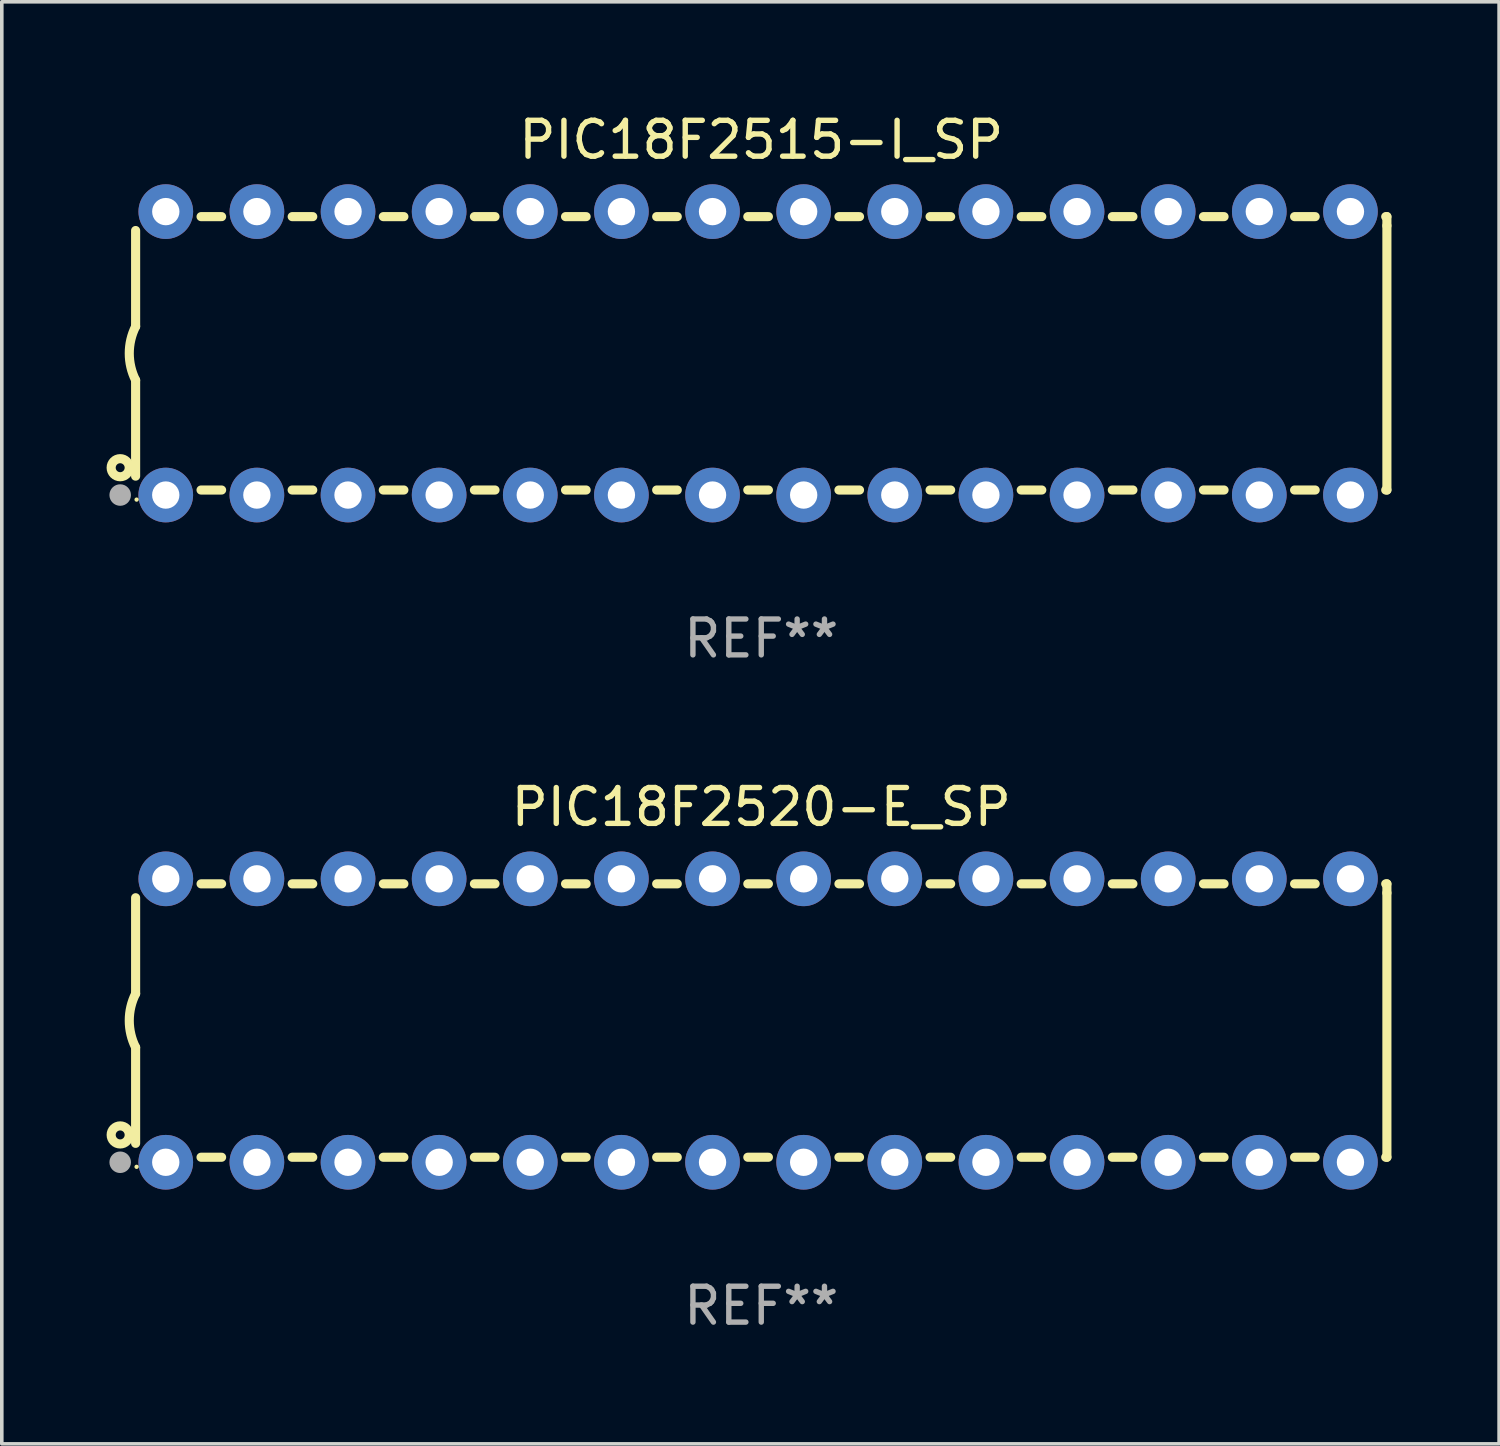
<source format=kicad_pcb>
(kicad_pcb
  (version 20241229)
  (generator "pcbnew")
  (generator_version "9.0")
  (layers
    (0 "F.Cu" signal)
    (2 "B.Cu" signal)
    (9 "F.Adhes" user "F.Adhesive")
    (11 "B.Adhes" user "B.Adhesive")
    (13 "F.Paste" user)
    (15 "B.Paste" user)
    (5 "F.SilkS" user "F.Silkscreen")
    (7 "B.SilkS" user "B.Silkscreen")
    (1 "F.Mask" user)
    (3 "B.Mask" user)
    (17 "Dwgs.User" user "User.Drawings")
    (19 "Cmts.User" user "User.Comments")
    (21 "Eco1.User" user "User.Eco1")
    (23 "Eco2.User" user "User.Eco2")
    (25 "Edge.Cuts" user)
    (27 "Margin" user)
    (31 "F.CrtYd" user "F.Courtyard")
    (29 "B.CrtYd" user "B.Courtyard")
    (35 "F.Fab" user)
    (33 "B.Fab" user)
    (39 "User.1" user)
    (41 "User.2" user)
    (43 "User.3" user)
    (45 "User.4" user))
  (footprint "PIC18F2520-E_SP"
    (layer "F.Cu")
    (at 18.168 25.395)
    (property "Reference" "PIC18F2520-E_SP" (at 0 -5.95 0) (layer "F.SilkS") (effects (font (size 1 1) (thickness 0.15))))
    (attr through_hole)
    (fp_line (start -17.438 0.75) (end -17.438 3.423) (stroke (width 0.254) (type solid)) (layer "F.SilkS"))
    (fp_line (start -17.438 -3.423) (end -17.438 -0.75) (stroke (width 0.254) (type solid)) (layer "F.SilkS"))
    (fp_line (start -15.615 3.81) (end -15.041 3.81) (stroke (width 0.254) (type solid)) (layer "F.SilkS"))
    (fp_line (start -15.041 -3.81) (end -15.614 -3.81) (stroke (width 0.254) (type solid)) (layer "F.SilkS"))
    (fp_line (start -13.075 3.81) (end -12.501 3.81) (stroke (width 0.254) (type solid)) (layer "F.SilkS"))
    (fp_line (start -12.501 -3.81) (end -13.074 -3.81) (stroke (width 0.254) (type solid)) (layer "F.SilkS"))
    (fp_line (start -10.535 3.81) (end -9.961 3.81) (stroke (width 0.254) (type solid)) (layer "F.SilkS"))
    (fp_line (start -9.961 -3.81) (end -10.534 -3.81) (stroke (width 0.254) (type solid)) (layer "F.SilkS"))
    (fp_line (start -7.995 3.81) (end -7.421 3.81) (stroke (width 0.254) (type solid)) (layer "F.SilkS"))
    (fp_line (start -7.421 -3.81) (end -7.995 -3.81) (stroke (width 0.254) (type solid)) (layer "F.SilkS"))
    (fp_line (start -5.455 3.81) (end -4.881 3.81) (stroke (width 0.254) (type solid)) (layer "F.SilkS"))
    (fp_line (start -4.881 -3.81) (end -5.455 -3.81) (stroke (width 0.254) (type solid)) (layer "F.SilkS"))
    (fp_line (start -2.915 3.81) (end -2.341 3.81) (stroke (width 0.254) (type solid)) (layer "F.SilkS"))
    (fp_line (start -2.341 -3.81) (end -2.915 -3.81) (stroke (width 0.254) (type solid)) (layer "F.SilkS"))
    (fp_line (start -0.375 3.81) (end 0.199 3.81) (stroke (width 0.254) (type solid)) (layer "F.SilkS"))
    (fp_line (start 0.199 -3.81) (end -0.375 -3.81) (stroke (width 0.254) (type solid)) (layer "F.SilkS"))
    (fp_line (start 2.165 3.81) (end 2.739 3.81) (stroke (width 0.254) (type solid)) (layer "F.SilkS"))
    (fp_line (start 2.739 -3.81) (end 2.165 -3.81) (stroke (width 0.254) (type solid)) (layer "F.SilkS"))
    (fp_line (start 4.705 3.81) (end 5.279 3.81) (stroke (width 0.254) (type solid)) (layer "F.SilkS"))
    (fp_line (start 5.279 -3.81) (end 4.705 -3.81) (stroke (width 0.254) (type solid)) (layer "F.SilkS"))
    (fp_line (start 7.245 3.81) (end 7.819 3.81) (stroke (width 0.254) (type solid)) (layer "F.SilkS"))
    (fp_line (start 7.819 -3.81) (end 7.245 -3.81) (stroke (width 0.254) (type solid)) (layer "F.SilkS"))
    (fp_line (start 9.785 3.81) (end 10.359 3.81) (stroke (width 0.254) (type solid)) (layer "F.SilkS"))
    (fp_line (start 10.359 -3.81) (end 9.785 -3.81) (stroke (width 0.254) (type solid)) (layer "F.SilkS"))
    (fp_line (start 12.325 3.81) (end 12.899 3.81) (stroke (width 0.254) (type solid)) (layer "F.SilkS"))
    (fp_line (start 12.899 -3.81) (end 12.325 -3.81) (stroke (width 0.254) (type solid)) (layer "F.SilkS"))
    (fp_line (start 14.865 3.81) (end 15.439 3.81) (stroke (width 0.254) (type solid)) (layer "F.SilkS"))
    (fp_line (start 15.439 -3.81) (end 14.865 -3.81) (stroke (width 0.254) (type solid)) (layer "F.SilkS"))
    (fp_line (start 17.405 3.81) (end 17.438 3.81) (stroke (width 0.254) (type solid)) (layer "F.SilkS"))
    (fp_line (start 17.438 -3.81) (end 17.405 -3.81) (stroke (width 0.254) (type solid)) (layer "F.SilkS"))
    (fp_line (start 17.438 -3.556) (end 17.438 -3.81) (stroke (width 0.254) (type solid)) (layer "F.SilkS"))
    (fp_line (start 17.438 3.81) (end 17.438 -3.556) (stroke (width 0.254) (type solid)) (layer "F.SilkS"))
    (fp_arc (start -17.437986 0.749657) (mid -17.614887 -0.000024) (end -17.437783 -0.749657) (stroke (width 0.254001) (type solid)) (layer "F.SilkS"))
    (fp_circle (center -17.868 3.188) (end -17.743 3.188) (stroke (width 0.254) (type solid)) (fill no) (layer "F.SilkS"))
    (fp_circle (center -17.411 4.077) (end -17.381 4.077) (stroke (width 0.06) (type solid)) (fill no) (layer "F.SilkS"))
    (fp_circle (center -17.868 3.95) (end -17.718 3.95) (stroke (width 0.3) (type solid)) (fill no) (layer "F.Fab"))
    (fp_text user "REF**" (at 0 7.95 0) (layer "F.Fab") (effects (font (size 1 1) (thickness 0.15))))
    (pad "1" thru_hole circle (at -16.598 3.95) (size 1.524 1.524) (drill 0.762) (layers "*.Cu" "*.Mask"))
    (pad "2" thru_hole circle (at -14.058 3.95) (size 1.524 1.524) (drill 0.762) (layers "*.Cu" "*.Mask"))
    (pad "3" thru_hole circle (at -11.518 3.95) (size 1.524 1.524) (drill 0.762) (layers "*.Cu" "*.Mask"))
    (pad "4" thru_hole circle (at -8.978 3.95) (size 1.524 1.524) (drill 0.762) (layers "*.Cu" "*.Mask"))
    (pad "5" thru_hole circle (at -6.438 3.95) (size 1.524 1.524) (drill 0.762) (layers "*.Cu" "*.Mask"))
    (pad "6" thru_hole circle (at -3.898 3.95) (size 1.524 1.524) (drill 0.762) (layers "*.Cu" "*.Mask"))
    (pad "7" thru_hole circle (at -1.358 3.95) (size 1.524 1.524) (drill 0.762) (layers "*.Cu" "*.Mask"))
    (pad "8" thru_hole circle (at 1.182 3.95) (size 1.524 1.524) (drill 0.762) (layers "*.Cu" "*.Mask"))
    (pad "9" thru_hole circle (at 3.722 3.95) (size 1.524 1.524) (drill 0.762) (layers "*.Cu" "*.Mask"))
    (pad "10" thru_hole circle (at 6.262 3.95) (size 1.524 1.524) (drill 0.762) (layers "*.Cu" "*.Mask"))
    (pad "11" thru_hole circle (at 8.802 3.95) (size 1.524 1.524) (drill 0.762) (layers "*.Cu" "*.Mask"))
    (pad "12" thru_hole circle (at 11.342 3.95) (size 1.524 1.524) (drill 0.762) (layers "*.Cu" "*.Mask"))
    (pad "13" thru_hole circle (at 13.882 3.95) (size 1.524 1.524) (drill 0.762) (layers "*.Cu" "*.Mask"))
    (pad "14" thru_hole circle (at 16.422 3.95) (size 1.524 1.524) (drill 0.762) (layers "*.Cu" "*.Mask"))
    (pad "15" thru_hole circle (at 16.422 -3.95) (size 1.524 1.524) (drill 0.762) (layers "*.Cu" "*.Mask"))
    (pad "16" thru_hole circle (at 13.882 -3.95) (size 1.524 1.524) (drill 0.762) (layers "*.Cu" "*.Mask"))
    (pad "17" thru_hole circle (at 11.342 -3.95) (size 1.524 1.524) (drill 0.762) (layers "*.Cu" "*.Mask"))
    (pad "18" thru_hole circle (at 8.802 -3.95) (size 1.524 1.524) (drill 0.762) (layers "*.Cu" "*.Mask"))
    (pad "19" thru_hole circle (at 6.262 -3.95) (size 1.524 1.524) (drill 0.762) (layers "*.Cu" "*.Mask"))
    (pad "20" thru_hole circle (at 3.722 -3.95) (size 1.524 1.524) (drill 0.762) (layers "*.Cu" "*.Mask"))
    (pad "21" thru_hole circle (at 1.182 -3.95) (size 1.524 1.524) (drill 0.762) (layers "*.Cu" "*.Mask"))
    (pad "22" thru_hole circle (at -1.358 -3.95) (size 1.524 1.524) (drill 0.762) (layers "*.Cu" "*.Mask"))
    (pad "23" thru_hole circle (at -3.898 -3.95) (size 1.524 1.524) (drill 0.762) (layers "*.Cu" "*.Mask"))
    (pad "24" thru_hole circle (at -6.438 -3.95) (size 1.524 1.524) (drill 0.762) (layers "*.Cu" "*.Mask"))
    (pad "25" thru_hole circle (at -8.978 -3.95) (size 1.524 1.524) (drill 0.762) (layers "*.Cu" "*.Mask"))
    (pad "26" thru_hole circle (at -11.517 -3.95) (size 1.524 1.524) (drill 0.762) (layers "*.Cu" "*.Mask"))
    (pad "27" thru_hole circle (at -14.057 -3.95) (size 1.524 1.524) (drill 0.762) (layers "*.Cu" "*.Mask"))
    (pad "28" thru_hole circle (at -16.597 -3.95) (size 1.524 1.524) (drill 0.762) (layers "*.Cu" "*.Mask")))
  (footprint "PIC18F2515-I_SP"
    (layer "F.Cu")
    (at 18.168 6.798)
    (property "Reference" "PIC18F2515-I_SP" (at 0 -5.95 0) (layer "F.SilkS") (effects (font (size 1 1) (thickness 0.15))))
    (attr through_hole)
    (fp_line (start -17.438 0.75) (end -17.438 3.423) (stroke (width 0.254) (type solid)) (layer "F.SilkS"))
    (fp_line (start -17.438 -3.423) (end -17.438 -0.75) (stroke (width 0.254) (type solid)) (layer "F.SilkS"))
    (fp_line (start -15.615 3.81) (end -15.041 3.81) (stroke (width 0.254) (type solid)) (layer "F.SilkS"))
    (fp_line (start -15.041 -3.81) (end -15.614 -3.81) (stroke (width 0.254) (type solid)) (layer "F.SilkS"))
    (fp_line (start -13.075 3.81) (end -12.501 3.81) (stroke (width 0.254) (type solid)) (layer "F.SilkS"))
    (fp_line (start -12.501 -3.81) (end -13.074 -3.81) (stroke (width 0.254) (type solid)) (layer "F.SilkS"))
    (fp_line (start -10.535 3.81) (end -9.961 3.81) (stroke (width 0.254) (type solid)) (layer "F.SilkS"))
    (fp_line (start -9.961 -3.81) (end -10.534 -3.81) (stroke (width 0.254) (type solid)) (layer "F.SilkS"))
    (fp_line (start -7.995 3.81) (end -7.421 3.81) (stroke (width 0.254) (type solid)) (layer "F.SilkS"))
    (fp_line (start -7.421 -3.81) (end -7.995 -3.81) (stroke (width 0.254) (type solid)) (layer "F.SilkS"))
    (fp_line (start -5.455 3.81) (end -4.881 3.81) (stroke (width 0.254) (type solid)) (layer "F.SilkS"))
    (fp_line (start -4.881 -3.81) (end -5.455 -3.81) (stroke (width 0.254) (type solid)) (layer "F.SilkS"))
    (fp_line (start -2.915 3.81) (end -2.341 3.81) (stroke (width 0.254) (type solid)) (layer "F.SilkS"))
    (fp_line (start -2.341 -3.81) (end -2.915 -3.81) (stroke (width 0.254) (type solid)) (layer "F.SilkS"))
    (fp_line (start -0.375 3.81) (end 0.199 3.81) (stroke (width 0.254) (type solid)) (layer "F.SilkS"))
    (fp_line (start 0.199 -3.81) (end -0.375 -3.81) (stroke (width 0.254) (type solid)) (layer "F.SilkS"))
    (fp_line (start 2.165 3.81) (end 2.739 3.81) (stroke (width 0.254) (type solid)) (layer "F.SilkS"))
    (fp_line (start 2.739 -3.81) (end 2.165 -3.81) (stroke (width 0.254) (type solid)) (layer "F.SilkS"))
    (fp_line (start 4.705 3.81) (end 5.279 3.81) (stroke (width 0.254) (type solid)) (layer "F.SilkS"))
    (fp_line (start 5.279 -3.81) (end 4.705 -3.81) (stroke (width 0.254) (type solid)) (layer "F.SilkS"))
    (fp_line (start 7.245 3.81) (end 7.819 3.81) (stroke (width 0.254) (type solid)) (layer "F.SilkS"))
    (fp_line (start 7.819 -3.81) (end 7.245 -3.81) (stroke (width 0.254) (type solid)) (layer "F.SilkS"))
    (fp_line (start 9.785 3.81) (end 10.359 3.81) (stroke (width 0.254) (type solid)) (layer "F.SilkS"))
    (fp_line (start 10.359 -3.81) (end 9.785 -3.81) (stroke (width 0.254) (type solid)) (layer "F.SilkS"))
    (fp_line (start 12.325 3.81) (end 12.899 3.81) (stroke (width 0.254) (type solid)) (layer "F.SilkS"))
    (fp_line (start 12.899 -3.81) (end 12.325 -3.81) (stroke (width 0.254) (type solid)) (layer "F.SilkS"))
    (fp_line (start 14.865 3.81) (end 15.439 3.81) (stroke (width 0.254) (type solid)) (layer "F.SilkS"))
    (fp_line (start 15.439 -3.81) (end 14.865 -3.81) (stroke (width 0.254) (type solid)) (layer "F.SilkS"))
    (fp_line (start 17.405 3.81) (end 17.438 3.81) (stroke (width 0.254) (type solid)) (layer "F.SilkS"))
    (fp_line (start 17.438 -3.81) (end 17.405 -3.81) (stroke (width 0.254) (type solid)) (layer "F.SilkS"))
    (fp_line (start 17.438 -3.556) (end 17.438 -3.81) (stroke (width 0.254) (type solid)) (layer "F.SilkS"))
    (fp_line (start 17.438 3.81) (end 17.438 -3.556) (stroke (width 0.254) (type solid)) (layer "F.SilkS"))
    (fp_arc (start -17.437986 0.749657) (mid -17.614887 -0.000024) (end -17.437783 -0.749657) (stroke (width 0.254001) (type solid)) (layer "F.SilkS"))
    (fp_circle (center -17.868 3.188) (end -17.743 3.188) (stroke (width 0.254) (type solid)) (fill no) (layer "F.SilkS"))
    (fp_circle (center -17.411 4.077) (end -17.381 4.077) (stroke (width 0.06) (type solid)) (fill no) (layer "F.SilkS"))
    (fp_circle (center -17.868 3.95) (end -17.718 3.95) (stroke (width 0.3) (type solid)) (fill no) (layer "F.Fab"))
    (fp_text user "REF**" (at 0 7.95 0) (layer "F.Fab") (effects (font (size 1 1) (thickness 0.15))))
    (pad "1" thru_hole circle (at -16.598 3.95) (size 1.524 1.524) (drill 0.762) (layers "*.Cu" "*.Mask"))
    (pad "2" thru_hole circle (at -14.058 3.95) (size 1.524 1.524) (drill 0.762) (layers "*.Cu" "*.Mask"))
    (pad "3" thru_hole circle (at -11.518 3.95) (size 1.524 1.524) (drill 0.762) (layers "*.Cu" "*.Mask"))
    (pad "4" thru_hole circle (at -8.978 3.95) (size 1.524 1.524) (drill 0.762) (layers "*.Cu" "*.Mask"))
    (pad "5" thru_hole circle (at -6.438 3.95) (size 1.524 1.524) (drill 0.762) (layers "*.Cu" "*.Mask"))
    (pad "6" thru_hole circle (at -3.898 3.95) (size 1.524 1.524) (drill 0.762) (layers "*.Cu" "*.Mask"))
    (pad "7" thru_hole circle (at -1.358 3.95) (size 1.524 1.524) (drill 0.762) (layers "*.Cu" "*.Mask"))
    (pad "8" thru_hole circle (at 1.182 3.95) (size 1.524 1.524) (drill 0.762) (layers "*.Cu" "*.Mask"))
    (pad "9" thru_hole circle (at 3.722 3.95) (size 1.524 1.524) (drill 0.762) (layers "*.Cu" "*.Mask"))
    (pad "10" thru_hole circle (at 6.262 3.95) (size 1.524 1.524) (drill 0.762) (layers "*.Cu" "*.Mask"))
    (pad "11" thru_hole circle (at 8.802 3.95) (size 1.524 1.524) (drill 0.762) (layers "*.Cu" "*.Mask"))
    (pad "12" thru_hole circle (at 11.342 3.95) (size 1.524 1.524) (drill 0.762) (layers "*.Cu" "*.Mask"))
    (pad "13" thru_hole circle (at 13.882 3.95) (size 1.524 1.524) (drill 0.762) (layers "*.Cu" "*.Mask"))
    (pad "14" thru_hole circle (at 16.422 3.95) (size 1.524 1.524) (drill 0.762) (layers "*.Cu" "*.Mask"))
    (pad "15" thru_hole circle (at 16.422 -3.95) (size 1.524 1.524) (drill 0.762) (layers "*.Cu" "*.Mask"))
    (pad "16" thru_hole circle (at 13.882 -3.95) (size 1.524 1.524) (drill 0.762) (layers "*.Cu" "*.Mask"))
    (pad "17" thru_hole circle (at 11.342 -3.95) (size 1.524 1.524) (drill 0.762) (layers "*.Cu" "*.Mask"))
    (pad "18" thru_hole circle (at 8.802 -3.95) (size 1.524 1.524) (drill 0.762) (layers "*.Cu" "*.Mask"))
    (pad "19" thru_hole circle (at 6.262 -3.95) (size 1.524 1.524) (drill 0.762) (layers "*.Cu" "*.Mask"))
    (pad "20" thru_hole circle (at 3.722 -3.95) (size 1.524 1.524) (drill 0.762) (layers "*.Cu" "*.Mask"))
    (pad "21" thru_hole circle (at 1.182 -3.95) (size 1.524 1.524) (drill 0.762) (layers "*.Cu" "*.Mask"))
    (pad "22" thru_hole circle (at -1.358 -3.95) (size 1.524 1.524) (drill 0.762) (layers "*.Cu" "*.Mask"))
    (pad "23" thru_hole circle (at -3.898 -3.95) (size 1.524 1.524) (drill 0.762) (layers "*.Cu" "*.Mask"))
    (pad "24" thru_hole circle (at -6.438 -3.95) (size 1.524 1.524) (drill 0.762) (layers "*.Cu" "*.Mask"))
    (pad "25" thru_hole circle (at -8.978 -3.95) (size 1.524 1.524) (drill 0.762) (layers "*.Cu" "*.Mask"))
    (pad "26" thru_hole circle (at -11.517 -3.95) (size 1.524 1.524) (drill 0.762) (layers "*.Cu" "*.Mask"))
    (pad "27" thru_hole circle (at -14.057 -3.95) (size 1.524 1.524) (drill 0.762) (layers "*.Cu" "*.Mask"))
    (pad "28" thru_hole circle (at -16.597 -3.95) (size 1.524 1.524) (drill 0.762) (layers "*.Cu" "*.Mask")))
  (gr_rect
    (start -3 -3)
    (end 38.733 37.193)
    (stroke (width 0.1) (type default))
    (fill no)
    (layer "Edge.Cuts")))
</source>
